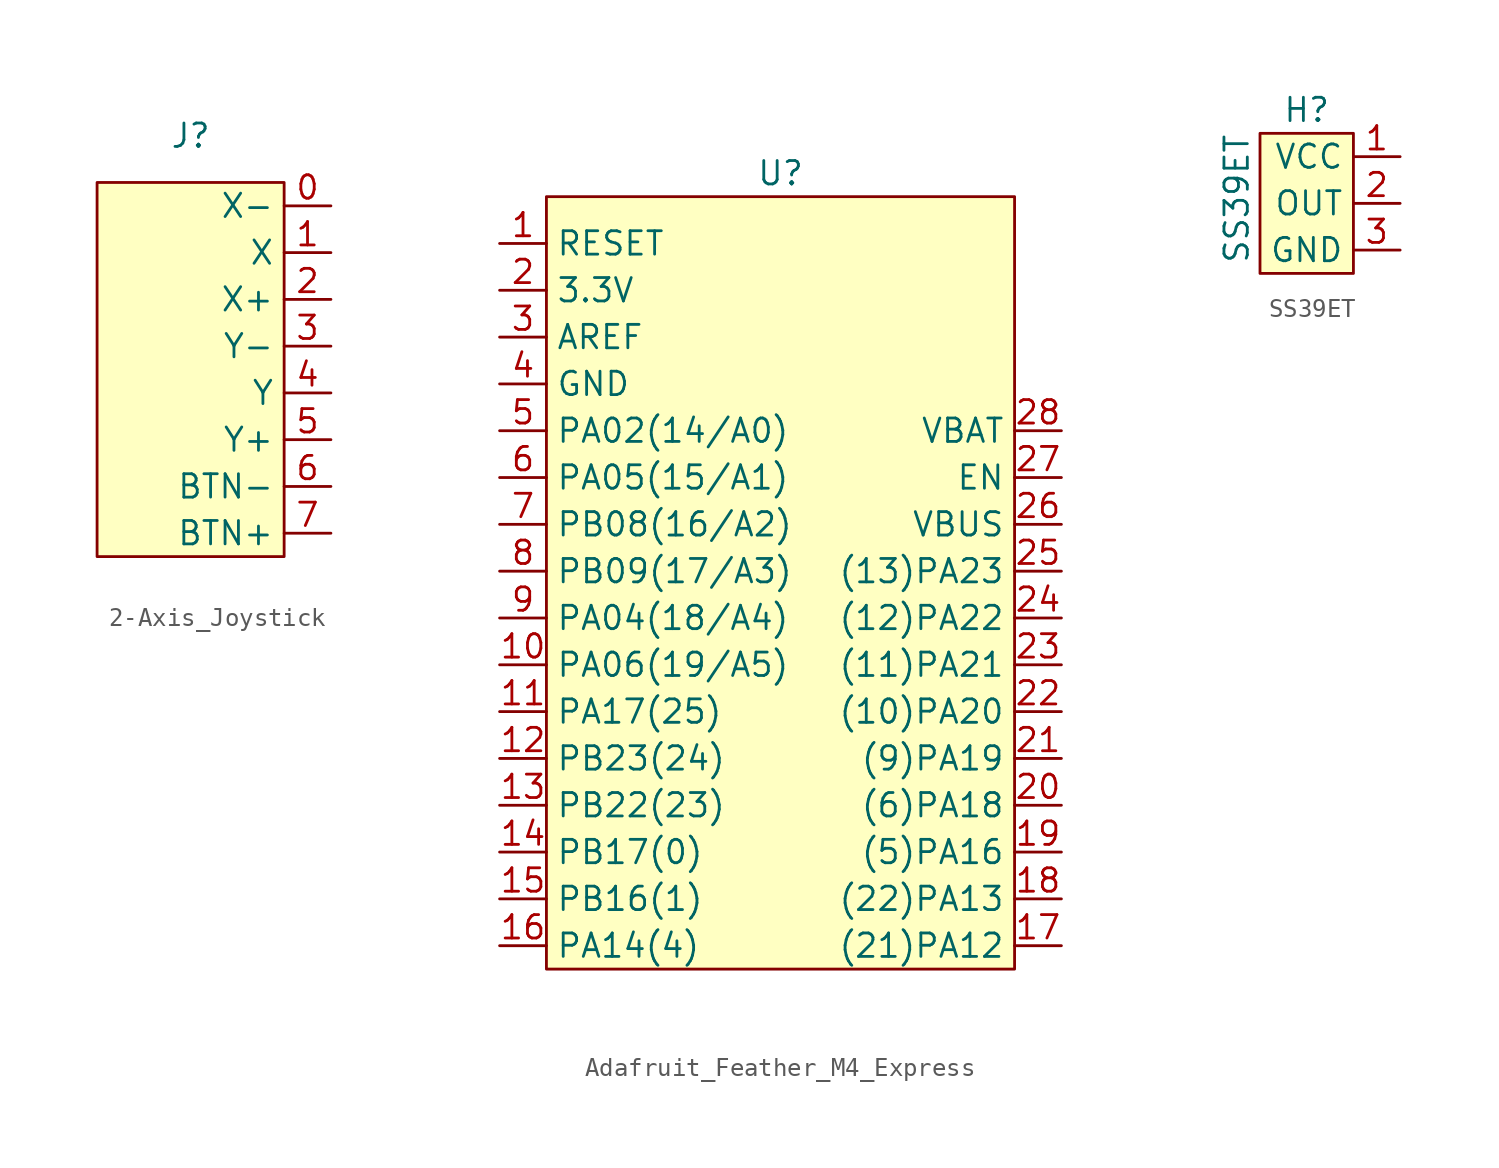
<source format=kicad_sym>
(kicad_symbol_lib
  (version 20220914)
  (generator kicad_symbol_editor)
  (symbol "2-Axis_Joystick"
    (property "Reference" "J"
      (at 0 10.16 0)
      (effects (font (size 1.27 1.27))))
    (symbol "2-Axis_Joystick_1_1"
      (rectangle (start -5.08 7.62) (end 5.08 -12.7) (stroke (width 0) (type default)) (fill (type background)))
      (pin power_in line (at 7.62 6.35 180) (length 2.54) (name "X-" (effects (font (size 1.27 1.27)))) (number "0" (effects (font (size 1.27 1.27)))))
      (pin output line (at 7.62 3.81 180) (length 2.54) (name "X" (effects (font (size 1.27 1.27)))) (number "1" (effects (font (size 1.27 1.27)))))
      (pin power_in line (at 7.62 1.27 180) (length 2.54) (name "X+" (effects (font (size 1.27 1.27)))) (number "2" (effects (font (size 1.27 1.27)))))
      (pin power_in line (at 7.62 -1.27 180) (length 2.54) (name "Y-" (effects (font (size 1.27 1.27)))) (number "3" (effects (font (size 1.27 1.27)))))
      (pin output line (at 7.62 -3.81 180) (length 2.54) (name "Y" (effects (font (size 1.27 1.27)))) (number "4" (effects (font (size 1.27 1.27)))))
      (pin power_in line (at 7.62 -6.35 180) (length 2.54) (name "Y+" (effects (font (size 1.27 1.27)))) (number "5" (effects (font (size 1.27 1.27)))))
      (pin power_in line (at 7.62 -8.89 180) (length 2.54) (name "BTN-" (effects (font (size 1.27 1.27)))) (number "6" (effects (font (size 1.27 1.27)))))
      (pin output line (at 7.62 -11.43 180) (length 2.54) (name "BTN+" (effects (font (size 1.27 1.27)))) (number "7" (effects (font (size 1.27 1.27)))))))
  (symbol "Adafruit_Feather_M4_Express"
    (property "Reference" "U"
      (at 0 12.7 0)
      (effects (font (size 1.27 1.27))))
    (property "Value" ""
      (at 3.81 -7.62 0)
      (effects (font (size 1.27 1.27))))
    (symbol "Adafruit_Feather_M4_Express_1_1"
      (rectangle (start -12.7 11.43) (end 12.7 -30.48) (stroke (width 0) (type default)) (fill (type background)))
      (pin input line (at -15.24 8.89 0) (length 2.54) (name "RESET" (effects (font (size 1.27 1.27)))) (number "1" (effects (font (size 1.27 1.27)))))
      (pin bidirectional line (at -15.24 -13.97 0) (length 2.54) (name "PA06(19/A5)" (effects (font (size 1.27 1.27)))) (number "10" (effects (font (size 1.27 1.27)))))
      (pin bidirectional line (at -15.24 -16.51 0) (length 2.54) (name "PA17(25)" (effects (font (size 1.27 1.27)))) (number "11" (effects (font (size 1.27 1.27)))))
      (pin bidirectional line (at -15.24 -19.05 0) (length 2.54) (name "PB23(24)" (effects (font (size 1.27 1.27)))) (number "12" (effects (font (size 1.27 1.27)))))
      (pin bidirectional line (at -15.24 -21.59 0) (length 2.54) (name "PB22(23)" (effects (font (size 1.27 1.27)))) (number "13" (effects (font (size 1.27 1.27)))))
      (pin bidirectional line (at -15.24 -24.13 0) (length 2.54) (name "PB17(0)" (effects (font (size 1.27 1.27)))) (number "14" (effects (font (size 1.27 1.27)))))
      (pin bidirectional line (at -15.24 -26.67 0) (length 2.54) (name "PB16(1)" (effects (font (size 1.27 1.27)))) (number "15" (effects (font (size 1.27 1.27)))))
      (pin bidirectional line (at -15.24 -29.21 0) (length 2.54) (name "PA14(4)" (effects (font (size 1.27 1.27)))) (number "16" (effects (font (size 1.27 1.27)))))
      (pin bidirectional line (at 15.24 -29.21 180) (length 2.54) (name "(21)PA12" (effects (font (size 1.27 1.27)))) (number "17" (effects (font (size 1.27 1.27)))))
      (pin bidirectional line (at 15.24 -26.67 180) (length 2.54) (name "(22)PA13" (effects (font (size 1.27 1.27)))) (number "18" (effects (font (size 1.27 1.27)))))
      (pin bidirectional line (at 15.24 -24.13 180) (length 2.54) (name "(5)PA16" (effects (font (size 1.27 1.27)))) (number "19" (effects (font (size 1.27 1.27)))))
      (pin power_out line (at -15.24 6.35 0) (length 2.54) (name "3.3V" (effects (font (size 1.27 1.27)))) (number "2" (effects (font (size 1.27 1.27)))))
      (pin bidirectional line (at 15.24 -21.59 180) (length 2.54) (name "(6)PA18" (effects (font (size 1.27 1.27)))) (number "20" (effects (font (size 1.27 1.27)))))
      (pin bidirectional line (at 15.24 -19.05 180) (length 2.54) (name "(9)PA19" (effects (font (size 1.27 1.27)))) (number "21" (effects (font (size 1.27 1.27)))))
      (pin bidirectional line (at 15.24 -16.51 180) (length 2.54) (name "(10)PA20" (effects (font (size 1.27 1.27)))) (number "22" (effects (font (size 1.27 1.27)))))
      (pin bidirectional line (at 15.24 -13.97 180) (length 2.54) (name "(11)PA21" (effects (font (size 1.27 1.27)))) (number "23" (effects (font (size 1.27 1.27)))))
      (pin bidirectional line (at 15.24 -11.43 180) (length 2.54) (name "(12)PA22" (effects (font (size 1.27 1.27)))) (number "24" (effects (font (size 1.27 1.27)))))
      (pin bidirectional line (at 15.24 -8.89 180) (length 2.54) (name "(13)PA23" (effects (font (size 1.27 1.27)))) (number "25" (effects (font (size 1.27 1.27)))))
      (pin power_out line (at 15.24 -6.35 180) (length 2.54) (name "VBUS" (effects (font (size 1.27 1.27)))) (number "26" (effects (font (size 1.27 1.27)))))
      (pin input line (at 15.24 -3.81 180) (length 2.54) (name "EN" (effects (font (size 1.27 1.27)))) (number "27" (effects (font (size 1.27 1.27)))))
      (pin power_out line (at 15.24 -1.27 180) (length 2.54) (name "VBAT" (effects (font (size 1.27 1.27)))) (number "28" (effects (font (size 1.27 1.27)))))
      (pin input line (at -15.24 3.81 0) (length 2.54) (name "AREF" (effects (font (size 1.27 1.27)))) (number "3" (effects (font (size 1.27 1.27)))))
      (pin power_out line (at -15.24 1.27 0) (length 2.54) (name "GND" (effects (font (size 1.27 1.27)))) (number "4" (effects (font (size 1.27 1.27)))))
      (pin bidirectional line (at -15.24 -1.27 0) (length 2.54) (name "PA02(14/A0)" (effects (font (size 1.27 1.27)))) (number "5" (effects (font (size 1.27 1.27)))))
      (pin bidirectional line (at -15.24 -3.81 0) (length 2.54) (name "PA05(15/A1)" (effects (font (size 1.27 1.27)))) (number "6" (effects (font (size 1.27 1.27)))))
      (pin bidirectional line (at -15.24 -6.35 0) (length 2.54) (name "PB08(16/A2)" (effects (font (size 1.27 1.27)))) (number "7" (effects (font (size 1.27 1.27)))))
      (pin bidirectional line (at -15.24 -8.89 0) (length 2.54) (name "PB09(17/A3)" (effects (font (size 1.27 1.27)))) (number "8" (effects (font (size 1.27 1.27)))))
      (pin bidirectional line (at -15.24 -11.43 0) (length 2.54) (name "PA04(18/A4)" (effects (font (size 1.27 1.27)))) (number "9" (effects (font (size 1.27 1.27)))))))
  (symbol "SS39ET"
    (property "Reference" "H"
      (at 0 5.08 0)
      (effects (font (size 1.27 1.27))))
    (property "Value" "SS39ET"
      (at -3.81 0.254 90)
      (effects (font (size 1.27 1.27))))
    (symbol "SS39ET_1_1"
      (rectangle (start -2.54 3.81) (end 2.54 -3.81) (stroke (width 0) (type default)) (fill (type background)))
      (pin power_in line (at 5.08 2.54 180) (length 2.54) (name "VCC" (effects (font (size 1.27 1.27)))) (number "1" (effects (font (size 1.27 1.27)))))
      (pin output line (at 5.08 0 180) (length 2.54) (name "OUT" (effects (font (size 1.27 1.27)))) (number "2" (effects (font (size 1.27 1.27)))))
      (pin power_in line (at 5.08 -2.54 180) (length 2.54) (name "GND" (effects (font (size 1.27 1.27)))) (number "3" (effects (font (size 1.27 1.27))))))))
</source>
